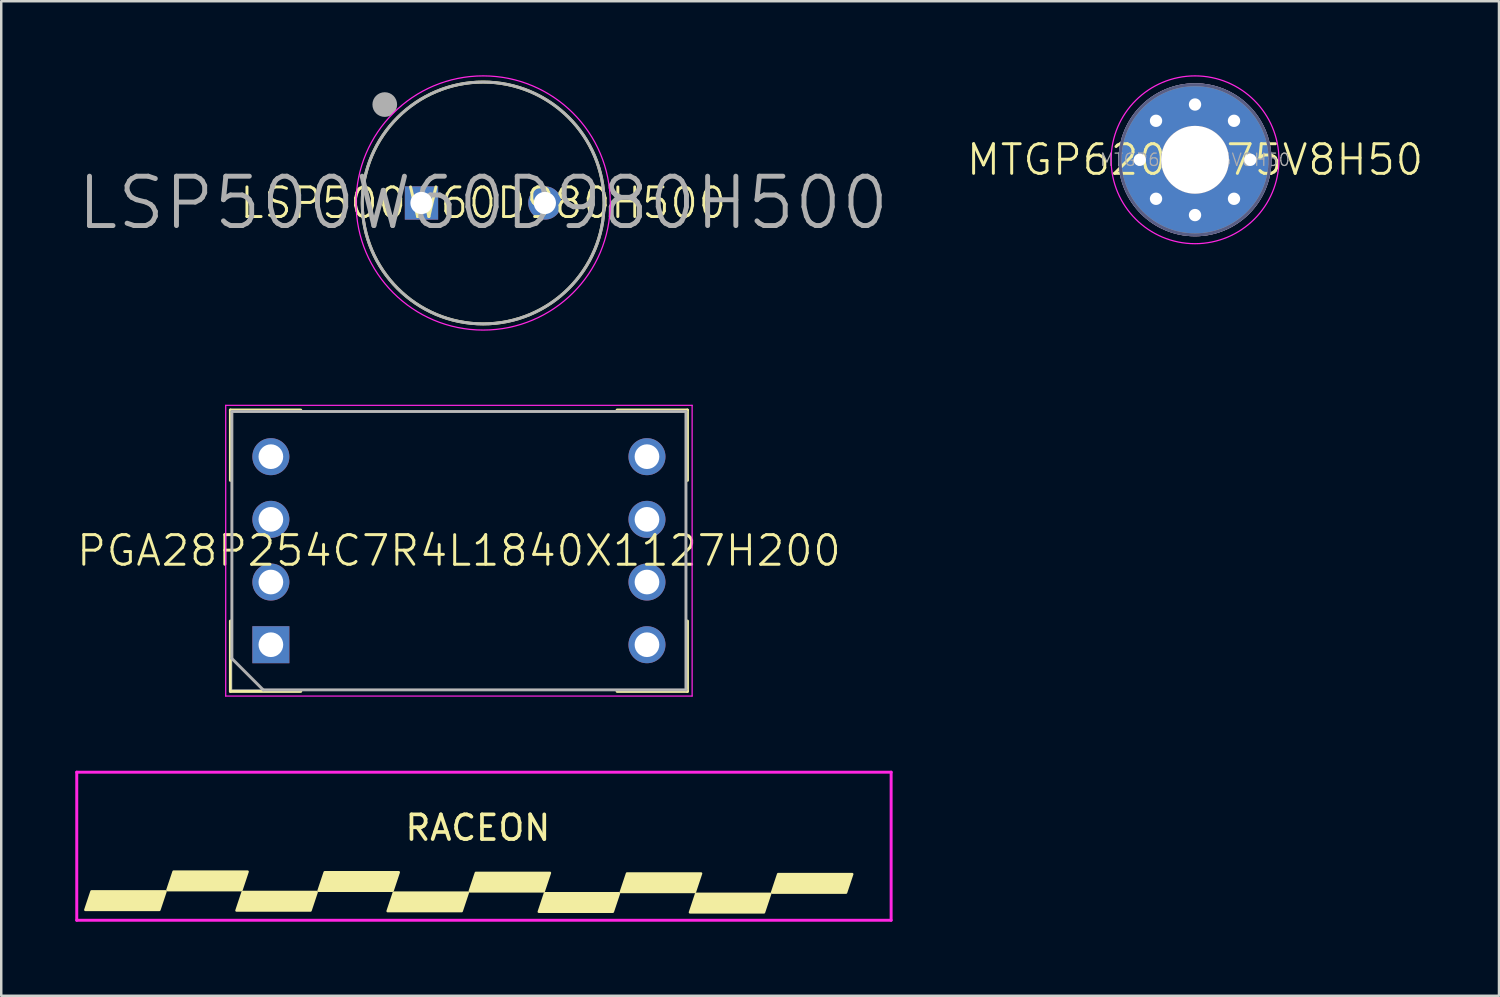
<source format=kicad_pcb>
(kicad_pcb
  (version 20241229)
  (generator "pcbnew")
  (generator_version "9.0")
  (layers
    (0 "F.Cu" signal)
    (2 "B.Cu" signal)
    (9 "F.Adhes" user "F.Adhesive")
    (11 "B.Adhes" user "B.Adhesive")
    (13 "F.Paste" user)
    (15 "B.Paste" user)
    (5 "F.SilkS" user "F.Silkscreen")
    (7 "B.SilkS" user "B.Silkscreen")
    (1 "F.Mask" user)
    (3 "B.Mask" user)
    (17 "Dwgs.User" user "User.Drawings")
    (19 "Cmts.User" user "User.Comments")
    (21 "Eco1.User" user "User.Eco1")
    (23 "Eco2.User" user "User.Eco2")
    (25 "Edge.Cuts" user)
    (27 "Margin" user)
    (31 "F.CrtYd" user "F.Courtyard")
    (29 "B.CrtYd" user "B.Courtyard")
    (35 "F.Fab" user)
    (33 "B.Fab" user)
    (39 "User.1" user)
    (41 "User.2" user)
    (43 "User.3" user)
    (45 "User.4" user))
  (footprint "PGA28P254C7R4L1840X1127H200"
    (layer "F.Cu")
    (at 15.546 19.265)
    (property "Reference" "PGA28P254C7R4L1840X1127H200" (at 0 0 0) (layer "F.SilkS") (effects (font (size 1.2 1.2) (thickness 0.12))))
    (attr through_hole)
    (fp_line (start -9.26 -5.7) (end -9.26 -2.85) (stroke (width 0.12) (type solid)) (layer "F.SilkS"))
    (fp_line (start -9.26 5.7) (end -9.26 2.85) (stroke (width 0.12) (type solid)) (layer "F.SilkS"))
    (fp_line (start -6.41 -5.7) (end -9.26 -5.7) (stroke (width 0.12) (type solid)) (layer "F.SilkS"))
    (fp_line (start -6.41 5.7) (end -9.26 5.7) (stroke (width 0.12) (type solid)) (layer "F.SilkS"))
    (fp_line (start 6.41 -5.7) (end 9.26 -5.7) (stroke (width 0.12) (type solid)) (layer "F.SilkS"))
    (fp_line (start 6.41 5.7) (end 9.26 5.7) (stroke (width 0.12) (type solid)) (layer "F.SilkS"))
    (fp_line (start 9.26 -5.7) (end 9.26 -2.85) (stroke (width 0.12) (type solid)) (layer "F.SilkS"))
    (fp_line (start 9.26 5.7) (end 9.26 2.85) (stroke (width 0.12) (type solid)) (layer "F.SilkS"))
    (fp_line (start -9.2 -5.635) (end 9.2 -5.635) (stroke (width 0.025) (type solid)) (layer "Dwgs.User"))
    (fp_line (start -9.2 5.635) (end -9.2 -5.635) (stroke (width 0.025) (type solid)) (layer "Dwgs.User"))
    (fp_line (start 9.2 -5.635) (end 9.2 5.635) (stroke (width 0.025) (type solid)) (layer "Dwgs.User"))
    (fp_line (start 9.2 5.635) (end -9.2 5.635) (stroke (width 0.025) (type solid)) (layer "Dwgs.User"))
    (fp_circle (center -7.62 -3.81) (end -7.62 -3.41) (stroke (width 0.025) (type solid)) (fill no) (layer "Dwgs.User"))
    (fp_circle (center -7.62 -1.27) (end -7.62 -0.87) (stroke (width 0.025) (type solid)) (fill no) (layer "Dwgs.User"))
    (fp_circle (center -7.62 1.27) (end -7.62 1.67) (stroke (width 0.025) (type solid)) (fill no) (layer "Dwgs.User"))
    (fp_circle (center -7.62 3.81) (end -7.62 4.21) (stroke (width 0.025) (type solid)) (fill no) (layer "Dwgs.User"))
    (fp_circle (center 7.62 -3.81) (end 7.62 -3.41) (stroke (width 0.025) (type solid)) (fill no) (layer "Dwgs.User"))
    (fp_circle (center 7.62 -1.27) (end 7.62 -0.87) (stroke (width 0.025) (type solid)) (fill no) (layer "Dwgs.User"))
    (fp_circle (center 7.62 1.27) (end 7.62 1.67) (stroke (width 0.025) (type solid)) (fill no) (layer "Dwgs.User"))
    (fp_circle (center 7.62 3.81) (end 7.62 4.21) (stroke (width 0.025) (type solid)) (fill no) (layer "Dwgs.User"))
    (fp_line (start -9.45 -5.89) (end 9.45 -5.89) (stroke (width 0.05) (type solid)) (layer "F.CrtYd"))
    (fp_line (start -9.45 5.89) (end -9.45 -5.89) (stroke (width 0.05) (type solid)) (layer "F.CrtYd"))
    (fp_line (start 9.45 -5.89) (end 9.45 5.89) (stroke (width 0.05) (type solid)) (layer "F.CrtYd"))
    (fp_line (start 9.45 5.89) (end -9.45 5.89) (stroke (width 0.05) (type solid)) (layer "F.CrtYd"))
    (fp_line (start -9.2 -5.64) (end 9.2 -5.64) (stroke (width 0.12) (type solid)) (layer "F.Fab"))
    (fp_line (start -9.2 4.37) (end -9.2 -5.64) (stroke (width 0.12) (type solid)) (layer "F.Fab"))
    (fp_line (start -7.93 5.64) (end -9.2 4.37) (stroke (width 0.12) (type solid)) (layer "F.Fab"))
    (fp_line (start 9.2 -5.64) (end 9.2 5.64) (stroke (width 0.12) (type solid)) (layer "F.Fab"))
    (fp_line (start 9.2 5.64) (end -7.93 5.64) (stroke (width 0.12) (type solid)) (layer "F.Fab"))
    (pad "1" thru_hole rect (at -7.62 3.81) (size 1.5 1.5) (drill 1) (layers "*.Cu" "*.Mask"))
    (pad "2" thru_hole circle (at -7.62 1.27) (size 1.5 1.5) (drill 1) (layers "*.Cu" "*.Mask"))
    (pad "3" thru_hole circle (at -7.62 -1.27) (size 1.5 1.5) (drill 1) (layers "*.Cu" "*.Mask"))
    (pad "4" thru_hole circle (at -7.62 -3.81) (size 1.5 1.5) (drill 1) (layers "*.Cu" "*.Mask"))
    (pad "5" thru_hole circle (at 7.62 -3.81) (size 1.5 1.5) (drill 1) (layers "*.Cu" "*.Mask"))
    (pad "6" thru_hole circle (at 7.62 -1.27) (size 1.5 1.5) (drill 1) (layers "*.Cu" "*.Mask"))
    (pad "7" thru_hole circle (at 7.62 1.27) (size 1.5 1.5) (drill 1) (layers "*.Cu" "*.Mask"))
    (pad "8" thru_hole circle (at 7.62 3.81) (size 1.5 1.5) (drill 1) (layers "*.Cu" "*.Mask")))
  (footprint "MTGP620H275V8H50"
    (layer "F.Cu")
    (at 45.374 3.425)
    (property "Reference" "MTGP620H275V8H50" (at 0 0 0) (layer "F.SilkS") (effects (font (size 1.2 1.2) (thickness 0.12))))
    (attr through_hole)
    (fp_line (start 0 -0.35) (end 0 0.35) (stroke (width 0.05) (type solid)) (layer "F.CrtYd"))
    (fp_line (start 0.35 0) (end -0.35 0) (stroke (width 0.05) (type solid)) (layer "F.CrtYd"))
    (fp_circle (center 0 0) (end 0 0.25) (stroke (width 0.05) (type solid)) (fill no) (layer "F.CrtYd"))
    (fp_circle (center 0 0) (end 3.4 0) (stroke (width 0.05) (type solid)) (fill no) (layer "F.CrtYd"))
    (fp_circle (center 0 0) (end 0 1.315) (stroke (width 0.12) (type solid)) (fill no) (layer "B.Fab"))
    (fp_circle (center 0 0) (end 0 3.04) (stroke (width 0.12) (type solid)) (fill no) (layer "B.Fab"))
    (fp_circle (center 0 0) (end 0 1.315) (stroke (width 0.12) (type solid)) (fill no) (layer "F.Fab"))
    (fp_circle (center 0 0) (end 0 3.04) (stroke (width 0.12) (type solid)) (fill no) (layer "F.Fab"))
    (fp_text user "${REFERENCE}" (at 0 0 0) (layer "F.Fab") (effects (font (size 0.5 0.5) (thickness 0.05))))
    (pad "H" thru_hole circle (at -2.24 0) (size 0.75 0.75) (drill 0.5) (layers "*.Cu"))
    (pad "H" thru_hole circle (at -1.58 -1.58) (size 0.75 0.75) (drill 0.5) (layers "*.Cu"))
    (pad "H" thru_hole circle (at -1.58 1.58) (size 0.75 0.75) (drill 0.5) (layers "*.Cu"))
    (pad "H" thru_hole circle (at 0 -2.24) (size 0.75 0.75) (drill 0.5) (layers "*.Cu"))
    (pad "H" thru_hole circle (at 0 0) (size 6.2 6.2) (drill 2.75) (layers "*.Cu" "*.Mask"))
    (pad "H" thru_hole circle (at 0 2.24) (size 0.75 0.75) (drill 0.5) (layers "*.Cu"))
    (pad "H" thru_hole circle (at 1.58 -1.58) (size 0.75 0.75) (drill 0.5) (layers "*.Cu"))
    (pad "H" thru_hole circle (at 1.58 1.58) (size 0.75 0.75) (drill 0.5) (layers "*.Cu"))
    (pad "H" thru_hole circle (at 2.24 0) (size 0.75 0.75) (drill 0.5) (layers "*.Cu")))
  (footprint "RACEON"
    (layer "F.Cu")
    (at 16.06 30.24)
    (property "Reference" "RACEON" (at 0.254 0.254 0) (layer "F.SilkS") (effects (font (size 1 1) (thickness 0.15))))
    (attr through_hole)
    (fp_line (start -15.077 1.682) (end -14.162 -1.425) (stroke (width 0.025) (type solid)) (layer "F.Mask"))
    (fp_line (start -14.162 -1.425) (end -10.916 -1.425) (stroke (width 0.025) (type solid)) (layer "F.Mask"))
    (fp_line (start -13.919 1.682) (end -15.077 1.682) (stroke (width 0.025) (type solid)) (layer "F.Mask"))
    (fp_line (start -13.672 0.794) (end -13.919 1.682) (stroke (width 0.025) (type solid)) (layer "F.Mask"))
    (fp_line (start -13.656 0.764) (end -13.059 0.054) (stroke (width 0.025) (type solid)) (layer "F.Mask"))
    (fp_line (start -13.251 -0.538) (end -13.656 0.764) (stroke (width 0.025) (type solid)) (layer "F.Mask"))
    (fp_line (start -13.059 0.054) (end -11.839 0.054) (stroke (width 0.025) (type solid)) (layer "F.Mask"))
    (fp_line (start -13.004 0.794) (end -13.672 0.794) (stroke (width 0.025) (type solid)) (layer "F.Mask"))
    (fp_line (start -12.017 1.682) (end -13.004 0.794) (stroke (width 0.025) (type solid)) (layer "F.Mask"))
    (fp_line (start -11.839 0.054) (end -11.499 -0.011) (stroke (width 0.025) (type solid)) (layer "F.Mask"))
    (fp_line (start -11.661 -0.538) (end -13.251 -0.538) (stroke (width 0.025) (type solid)) (layer "F.Mask"))
    (fp_line (start -11.499 -0.011) (end -11.341 -0.196) (stroke (width 0.025) (type solid)) (layer "F.Mask"))
    (fp_line (start -11.42 0.794) (end -10.539 1.682) (stroke (width 0.025) (type solid)) (layer "F.Mask"))
    (fp_line (start -11.355 -0.478) (end -11.661 -0.538) (stroke (width 0.025) (type solid)) (layer "F.Mask"))
    (fp_line (start -11.341 -0.196) (end -11.314 -0.288) (stroke (width 0.025) (type solid)) (layer "F.Mask"))
    (fp_line (start -11.314 -0.288) (end -11.291 -0.367) (stroke (width 0.025) (type solid)) (layer "F.Mask"))
    (fp_line (start -11.291 -0.367) (end -11.355 -0.478) (stroke (width 0.025) (type solid)) (layer "F.Mask"))
    (fp_line (start -10.916 -1.425) (end -10.375 -1.37) (stroke (width 0.025) (type solid)) (layer "F.Mask"))
    (fp_line (start -10.672 0.611) (end -11.42 0.794) (stroke (width 0.025) (type solid)) (layer "F.Mask"))
    (fp_line (start -10.539 1.682) (end -12.017 1.682) (stroke (width 0.025) (type solid)) (layer "F.Mask"))
    (fp_line (start -10.449 1.682) (end -7.714 -1.425) (stroke (width 0.025) (type solid)) (layer "F.Mask"))
    (fp_line (start -10.375 -1.37) (end -10.098 -1.21) (stroke (width 0.025) (type solid)) (layer "F.Mask"))
    (fp_line (start -10.276 0.063) (end -10.672 0.611) (stroke (width 0.025) (type solid)) (layer "F.Mask"))
    (fp_line (start -10.105 -0.549) (end -10.276 0.063) (stroke (width 0.025) (type solid)) (layer "F.Mask"))
    (fp_line (start -10.098 -1.21) (end -10.021 -0.965) (stroke (width 0.025) (type solid)) (layer "F.Mask"))
    (fp_line (start -10.021 -0.965) (end -10.105 -0.549) (stroke (width 0.025) (type solid)) (layer "F.Mask"))
    (fp_line (start -8.51 0.794) (end -7.025 0.794) (stroke (width 0.025) (type solid)) (layer "F.Mask"))
    (fp_line (start -7.714 -1.425) (end -6.48 -1.425) (stroke (width 0.025) (type solid)) (layer "F.Mask"))
    (fp_line (start -7.536 1.682) (end -10.449 1.682) (stroke (width 0.025) (type solid)) (layer "F.Mask"))
    (fp_line (start -7.409 -0.413) (end -8.51 0.794) (stroke (width 0.025) (type solid)) (layer "F.Mask"))
    (fp_line (start -7.025 0.794) (end -7.409 -0.413) (stroke (width 0.025) (type solid)) (layer "F.Mask"))
    (fp_line (start -6.998 0.926) (end -7.536 1.682) (stroke (width 0.025) (type solid)) (layer "F.Mask"))
    (fp_line (start -6.755 1.682) (end -6.998 0.926) (stroke (width 0.025) (type solid)) (layer "F.Mask"))
    (fp_line (start -6.48 -1.425) (end -5.569 1.682) (stroke (width 0.025) (type solid)) (layer "F.Mask"))
    (fp_line (start -5.569 1.682) (end -6.755 1.682) (stroke (width 0.025) (type solid)) (layer "F.Mask"))
    (fp_line (start -5.169 1.27) (end -5.121 1.004) (stroke (width 0.025) (type solid)) (layer "F.Mask"))
    (fp_line (start -5.121 1.004) (end -4.587 -0.762) (stroke (width 0.025) (type solid)) (layer "F.Mask"))
    (fp_line (start -4.587 -0.762) (end -4.256 -1.26) (stroke (width 0.025) (type solid)) (layer "F.Mask"))
    (fp_line (start -4.559 1.682) (end -5.169 1.27) (stroke (width 0.025) (type solid)) (layer "F.Mask"))
    (fp_line (start -4.256 -1.26) (end -3.643 -1.425) (stroke (width 0.025) (type solid)) (layer "F.Mask"))
    (fp_line (start -3.907 0.794) (end -0.86 0.794) (stroke (width 0.025) (type solid)) (layer "F.Mask"))
    (fp_line (start -3.643 -1.425) (end -0.192 -1.425) (stroke (width 0.025) (type solid)) (layer "F.Mask"))
    (fp_line (start -3.486 -0.538) (end -3.907 0.794) (stroke (width 0.025) (type solid)) (layer "F.Mask"))
    (fp_line (start -1.107 1.682) (end -4.559 1.682) (stroke (width 0.025) (type solid)) (layer "F.Mask"))
    (fp_line (start -0.86 0.794) (end -1.107 1.682) (stroke (width 0.025) (type solid)) (layer "F.Mask"))
    (fp_line (start -0.583 1.27) (end -0.534 1.004) (stroke (width 0.025) (type solid)) (layer "F.Mask"))
    (fp_line (start -0.534 1.004) (end 0 -0.762) (stroke (width 0.025) (type solid)) (layer "F.Mask"))
    (fp_line (start -0.439 -0.538) (end -3.486 -0.538) (stroke (width 0.025) (type solid)) (layer "F.Mask"))
    (fp_line (start -0.192 -1.425) (end -0.439 -0.538) (stroke (width 0.025) (type solid)) (layer "F.Mask"))
    (fp_line (start 0 -0.762) (end 0.331 -1.26) (stroke (width 0.025) (type solid)) (layer "F.Mask"))
    (fp_line (start 0.028 1.682) (end -0.583 1.27) (stroke (width 0.025) (type solid)) (layer "F.Mask"))
    (fp_line (start 0.331 -1.26) (end 0.943 -1.425) (stroke (width 0.025) (type solid)) (layer "F.Mask"))
    (fp_line (start 0.68 0.794) (end 3.727 0.794) (stroke (width 0.025) (type solid)) (layer "F.Mask"))
    (fp_line (start 0.765 0.498) (end 0.68 0.794) (stroke (width 0.025) (type solid)) (layer "F.Mask"))
    (fp_line (start 0.943 -1.425) (end 4.395 -1.425) (stroke (width 0.025) (type solid)) (layer "F.Mask"))
    (fp_line (start 1.015 -0.39) (end 1.32 -0.39) (stroke (width 0.025) (type solid)) (layer "F.Mask"))
    (fp_line (start 1.1 -0.538) (end 1.015 -0.39) (stroke (width 0.025) (type solid)) (layer "F.Mask"))
    (fp_line (start 1.32 -0.39) (end 3.84 -0.39) (stroke (width 0.025) (type solid)) (layer "F.Mask"))
    (fp_line (start 3.223 0.498) (end 0.765 0.498) (stroke (width 0.025) (type solid)) (layer "F.Mask"))
    (fp_line (start 3.479 1.682) (end 0.028 1.682) (stroke (width 0.025) (type solid)) (layer "F.Mask"))
    (fp_line (start 3.727 0.794) (end 3.479 1.682) (stroke (width 0.025) (type solid)) (layer "F.Mask"))
    (fp_line (start 3.84 -0.39) (end 3.223 0.498) (stroke (width 0.025) (type solid)) (layer "F.Mask"))
    (fp_line (start 4.147 -0.538) (end 1.1 -0.538) (stroke (width 0.025) (type solid)) (layer "F.Mask"))
    (fp_line (start 4.395 -1.425) (end 4.147 -0.538) (stroke (width 0.025) (type solid)) (layer "F.Mask"))
    (fp_line (start 6.286 1.115) (end 6.343 0.801) (stroke (width 0.025) (type solid)) (layer "F.Mask"))
    (fp_line (start 6.343 0.801) (end 6.727 -0.545) (stroke (width 0.025) (type solid)) (layer "F.Mask"))
    (fp_line (start 6.727 -0.545) (end 7.21 -1.205) (stroke (width 0.025) (type solid)) (layer "F.Mask"))
    (fp_line (start 7.187 1.682) (end 6.286 1.115) (stroke (width 0.025) (type solid)) (layer "F.Mask"))
    (fp_line (start 7.21 -1.205) (end 8.105 -1.425) (stroke (width 0.025) (type solid)) (layer "F.Mask"))
    (fp_line (start 7.55 0.553) (end 7.55 0.581) (stroke (width 0.025) (type solid)) (layer "F.Mask"))
    (fp_line (start 7.55 0.581) (end 7.622 0.734) (stroke (width 0.025) (type solid)) (layer "F.Mask"))
    (fp_line (start 7.622 0.734) (end 7.906 0.794) (stroke (width 0.025) (type solid)) (layer "F.Mask"))
    (fp_line (start 7.841 -0.362) (end 7.55 0.553) (stroke (width 0.025) (type solid)) (layer "F.Mask"))
    (fp_line (start 7.906 0.794) (end 9.319 0.794) (stroke (width 0.025) (type solid)) (layer "F.Mask"))
    (fp_line (start 8.006 -0.559) (end 7.841 -0.362) (stroke (width 0.025) (type solid)) (layer "F.Mask"))
    (fp_line (start 8.105 -1.425) (end 10.44 -1.425) (stroke (width 0.025) (type solid)) (layer "F.Mask"))
    (fp_line (start 8.325 -0.619) (end 8.006 -0.559) (stroke (width 0.025) (type solid)) (layer "F.Mask"))
    (fp_line (start 8.445 -0.619) (end 8.325 -0.619) (stroke (width 0.025) (type solid)) (layer "F.Mask"))
    (fp_line (start 8.466 -0.711) (end 8.445 -0.619) (stroke (width 0.025) (type solid)) (layer "F.Mask"))
    (fp_line (start 8.544 -0.82) (end 8.466 -0.711) (stroke (width 0.025) (type solid)) (layer "F.Mask"))
    (fp_line (start 8.688 -0.852) (end 8.544 -0.82) (stroke (width 0.025) (type solid)) (layer "F.Mask"))
    (fp_line (start 8.736 -0.852) (end 8.688 -0.852) (stroke (width 0.025) (type solid)) (layer "F.Mask"))
    (fp_line (start 9.319 0.794) (end 9.788 0.551) (stroke (width 0.025) (type solid)) (layer "F.Mask"))
    (fp_line (start 9.497 -0.852) (end 8.736 -0.852) (stroke (width 0.025) (type solid)) (layer "F.Mask"))
    (fp_line (start 9.524 1.682) (end 7.187 1.682) (stroke (width 0.025) (type solid)) (layer "F.Mask"))
    (fp_line (start 9.631 -0.619) (end 9.668 -0.709) (stroke (width 0.025) (type solid)) (layer "F.Mask"))
    (fp_line (start 9.645 -0.817) (end 9.497 -0.852) (stroke (width 0.025) (type solid)) (layer "F.Mask"))
    (fp_line (start 9.668 -0.709) (end 9.675 -0.762) (stroke (width 0.025) (type solid)) (layer "F.Mask"))
    (fp_line (start 9.675 -0.762) (end 9.645 -0.817) (stroke (width 0.025) (type solid)) (layer "F.Mask"))
    (fp_line (start 9.737 -0.619) (end 9.631 -0.619) (stroke (width 0.025) (type solid)) (layer "F.Mask"))
    (fp_line (start 9.788 0.551) (end 10.079 -0.362) (stroke (width 0.025) (type solid)) (layer "F.Mask"))
    (fp_line (start 10.035 -0.559) (end 9.737 -0.619) (stroke (width 0.025) (type solid)) (layer "F.Mask"))
    (fp_line (start 10.079 -0.362) (end 10.1 -0.443) (stroke (width 0.025) (type solid)) (layer "F.Mask"))
    (fp_line (start 10.1 -0.443) (end 10.035 -0.559) (stroke (width 0.025) (type solid)) (layer "F.Mask"))
    (fp_line (start 10.424 1.461) (end 9.524 1.682) (stroke (width 0.025) (type solid)) (layer "F.Mask"))
    (fp_line (start 10.44 -1.425) (end 11.351 -0.859) (stroke (width 0.025) (type solid)) (layer "F.Mask"))
    (fp_line (start 10.909 0.801) (end 10.424 1.461) (stroke (width 0.025) (type solid)) (layer "F.Mask"))
    (fp_line (start 11.11 1.682) (end 11.758 -0.545) (stroke (width 0.025) (type solid)) (layer "F.Mask"))
    (fp_line (start 11.293 -0.545) (end 10.909 0.801) (stroke (width 0.025) (type solid)) (layer "F.Mask"))
    (fp_line (start 11.351 -0.859) (end 11.293 -0.545) (stroke (width 0.025) (type solid)) (layer "F.Mask"))
    (fp_line (start 11.758 -0.545) (end 12.239 -1.205) (stroke (width 0.025) (type solid)) (layer "F.Mask"))
    (fp_line (start 12.239 -1.205) (end 13.128 -1.425) (stroke (width 0.025) (type solid)) (layer "F.Mask"))
    (fp_line (start 12.268 1.682) (end 11.11 1.682) (stroke (width 0.025) (type solid)) (layer "F.Mask"))
    (fp_line (start 12.865 -0.311) (end 12.268 1.682) (stroke (width 0.025) (type solid)) (layer "F.Mask"))
    (fp_line (start 12.971 -0.475) (end 12.865 -0.311) (stroke (width 0.025) (type solid)) (layer "F.Mask"))
    (fp_line (start 12.978 1.124) (end 13.036 0.815) (stroke (width 0.025) (type solid)) (layer "F.Mask"))
    (fp_line (start 13.036 0.815) (end 13.39 -0.367) (stroke (width 0.025) (type solid)) (layer "F.Mask"))
    (fp_line (start 13.128 -1.425) (end 13.753 -1.425) (stroke (width 0.025) (type solid)) (layer "F.Mask"))
    (fp_line (start 13.177 -0.552) (end 12.971 -0.475) (stroke (width 0.025) (type solid)) (layer "F.Mask"))
    (fp_line (start 13.341 -0.496) (end 13.177 -0.552) (stroke (width 0.025) (type solid)) (layer "F.Mask"))
    (fp_line (start 13.39 -0.39) (end 13.341 -0.496) (stroke (width 0.025) (type solid)) (layer "F.Mask"))
    (fp_line (start 13.39 -0.367) (end 13.39 -0.39) (stroke (width 0.025) (type solid)) (layer "F.Mask"))
    (fp_line (start 13.753 -1.425) (end 14.64 -0.857) (stroke (width 0.025) (type solid)) (layer "F.Mask"))
    (fp_line (start 13.873 1.682) (end 12.978 1.124) (stroke (width 0.025) (type solid)) (layer "F.Mask"))
    (fp_line (start 14.222 0.676) (end 14.291 0.787) (stroke (width 0.025) (type solid)) (layer "F.Mask"))
    (fp_line (start 14.291 0.787) (end 14.442 0.849) (stroke (width 0.025) (type solid)) (layer "F.Mask"))
    (fp_line (start 14.442 0.849) (end 14.747 0.611) (stroke (width 0.025) (type solid)) (layer "F.Mask"))
    (fp_line (start 14.499 1.682) (end 13.873 1.682) (stroke (width 0.025) (type solid)) (layer "F.Mask"))
    (fp_line (start 14.583 -0.54) (end 14.222 0.676) (stroke (width 0.025) (type solid)) (layer "F.Mask"))
    (fp_line (start 14.64 -0.857) (end 14.583 -0.54) (stroke (width 0.025) (type solid)) (layer "F.Mask"))
    (fp_line (start 14.747 0.611) (end 15.357 -1.425) (stroke (width 0.025) (type solid)) (layer "F.Mask"))
    (fp_line (start 15.357 -1.425) (end 16.515 -1.425) (stroke (width 0.025) (type solid)) (layer "F.Mask"))
    (fp_line (start 15.383 1.461) (end 14.499 1.682) (stroke (width 0.025) (type solid)) (layer "F.Mask"))
    (fp_line (start 15.861 0.801) (end 15.383 1.461) (stroke (width 0.025) (type solid)) (layer "F.Mask"))
    (fp_line (start 16.515 -1.425) (end 15.861 0.801) (stroke (width 0.025) (type solid)) (layer "F.Mask"))
    (fp_poly (pts (xy -15.652 3.58) (xy -15.402 2.83) (xy -12.402 2.83) (xy -12.652 3.58)) (stroke (width 0.1) (type solid)) (fill yes) (layer "F.SilkS"))
    (fp_poly (pts (xy -12.327 2.78) (xy -12.077 2.03) (xy -9.077 2.03) (xy -9.327 2.78)) (stroke (width 0.1) (type solid)) (fill yes) (layer "F.SilkS"))
    (fp_poly (pts (xy -9.527 3.605) (xy -9.277 2.855) (xy -6.277 2.855) (xy -6.527 3.605)) (stroke (width 0.1) (type solid)) (fill yes) (layer "F.SilkS"))
    (fp_poly (pts (xy -6.202 2.805) (xy -5.952 2.055) (xy -2.952 2.055) (xy -3.202 2.805)) (stroke (width 0.1) (type solid)) (fill yes) (layer "F.SilkS"))
    (fp_poly (pts (xy -3.402 3.63) (xy -3.152 2.88) (xy -0.152 2.88) (xy -0.402 3.63)) (stroke (width 0.1) (type solid)) (fill yes) (layer "F.SilkS"))
    (fp_poly (pts (xy -0.077 2.83) (xy 0.173 2.08) (xy 3.173 2.08) (xy 2.923 2.83)) (stroke (width 0.1) (type solid)) (fill yes) (layer "F.SilkS"))
    (fp_poly (pts (xy 2.723 3.655) (xy 2.973 2.905) (xy 5.973 2.905) (xy 5.723 3.655)) (stroke (width 0.1) (type solid)) (fill yes) (layer "F.SilkS"))
    (fp_poly (pts (xy 6.048 2.855) (xy 6.298 2.105) (xy 9.298 2.105) (xy 9.048 2.855)) (stroke (width 0.1) (type solid)) (fill yes) (layer "F.SilkS"))
    (fp_poly (pts (xy 8.848 3.68) (xy 9.098 2.93) (xy 12.098 2.93) (xy 11.848 3.68)) (stroke (width 0.1) (type solid)) (fill yes) (layer "F.SilkS"))
    (fp_poly (pts (xy 12.173 2.88) (xy 12.423 2.13) (xy 15.423 2.13) (xy 15.173 2.88)) (stroke (width 0.1) (type solid)) (fill yes) (layer "F.SilkS"))
    (fp_line (start -16 -2) (end 17 -2) (stroke (width 0.12) (type solid)) (layer "F.CrtYd"))
    (fp_line (start -16 4) (end -16 -2) (stroke (width 0.12) (type solid)) (layer "F.CrtYd"))
    (fp_line (start 17 -2) (end 17 4) (stroke (width 0.12) (type solid)) (layer "F.CrtYd"))
    (fp_line (start 17 4) (end -16 4) (stroke (width 0.12) (type solid)) (layer "F.CrtYd")))
  (footprint "LSP500W60D980H500"
    (layer "F.Cu")
    (at 16.529 5.175)
    (property "Reference" "LSP500W60D980H500" (at 0 0 0) (layer "F.SilkS") (effects (font (size 1.2 1.2) (thickness 0.12))))
    (attr through_hole)
    (fp_circle (center -4 -4) (end -4 -3.875) (stroke (width 0.25) (type solid)) (fill no) (layer "F.SilkS"))
    (fp_circle (center 0 0) (end 0 4.9) (stroke (width 0.12) (type solid)) (fill no) (layer "F.SilkS"))
    (fp_circle (center -2.5 0) (end -2.5 0.35) (stroke (width 0.025) (type solid)) (fill no) (layer "Dwgs.User"))
    (fp_circle (center 0 0) (end 0 4.9) (stroke (width 0.025) (type solid)) (fill no) (layer "Dwgs.User"))
    (fp_circle (center 2.5 0) (end 2.5 0.35) (stroke (width 0.025) (type solid)) (fill no) (layer "Dwgs.User"))
    (fp_circle (center 0 0) (end 0 5.15) (stroke (width 0.05) (type solid)) (fill no) (layer "F.CrtYd"))
    (fp_circle (center -3.988 -3.988) (end -3.988 -3.738) (stroke (width 0.5) (type solid)) (fill no) (layer "F.Fab"))
    (fp_circle (center 0 0) (end 0 4.9) (stroke (width 0.12) (type solid)) (fill no) (layer "F.Fab"))
    (fp_text user "${REFERENCE}" (at 0 0 0) (layer "F.Fab") (effects (font (size 2 2) (thickness 0.2))))
    (pad "1" thru_hole rect (at -2.5 0) (size 1.35 1.35) (drill 0.9) (layers "*.Cu" "*.Mask"))
    (pad "2" thru_hole circle (at 2.5 0) (size 1.35 1.35) (drill 0.9) (layers "*.Cu" "*.Mask")))
  (gr_rect
    (start -3 -3)
    (end 57.691 37.3)
    (stroke (width 0.1) (type default))
    (fill no)
    (layer "Edge.Cuts")))
</source>
